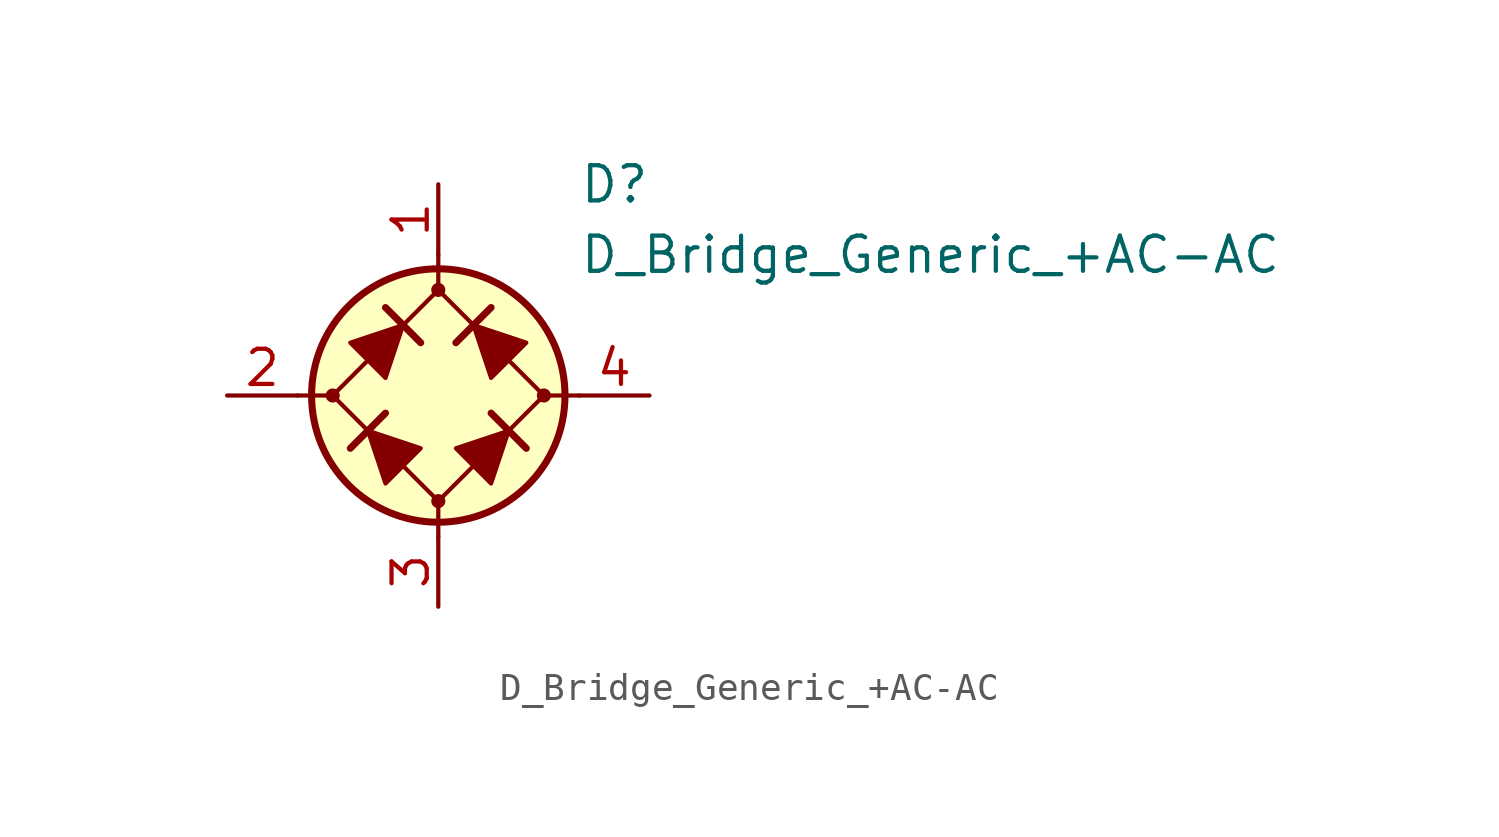
<source format=kicad_sym>
(kicad_symbol_lib
  (version 20211014)
  (generator kicad_symbol_editor)
  (symbol "D_Bridge_Generic_+AC-AC"
    (pin_names
      (offset 1.016) hide)
    (property "Reference" "D"
      (at 5.08 7.62 0)
      (effects (font (size 1.27 1.27)) (justify left)))
    (property "Value" "D_Bridge_Generic_+AC-AC"
      (at 5.08 5.08 0)
      (effects (font (size 1.27 1.27)) (justify left)))
    (symbol "D_Bridge_Generic_+AC-AC_0_1"
      (circle (center -3.81 0) (radius 0.178) (stroke (width 0) (type default) (color 0 0 0 0)) (fill (type outline)))
      (polyline (pts (xy -5.08 0) (xy -3.81 0)) (stroke (width 0) (type default) (color 0 0 0 0)) (fill (type none)))
      (polyline (pts (xy -1.905 -0.635) (xy -3.175 -1.905)) (stroke (width 0.254) (type default) (color 0 0 0 0)) (fill (type none)))
      (polyline (pts (xy -1.905 3.175) (xy -0.635 1.905)) (stroke (width 0.254) (type default) (color 0 0 0 0)) (fill (type none)))
      (polyline (pts (xy 0 -5.08) (xy 0 -3.81)) (stroke (width 0) (type default) (color 0 0 0 0)) (fill (type none)))
      (polyline (pts (xy 0 5.08) (xy 0 3.81)) (stroke (width 0) (type default) (color 0 0 0 0)) (fill (type none)))
      (polyline (pts (xy 1.905 3.175) (xy 0.635 1.905)) (stroke (width 0.254) (type default) (color 0 0 0 0)) (fill (type none)))
      (polyline (pts (xy 3.175 -1.905) (xy 1.905 -0.635)) (stroke (width 0.254) (type default) (color 0 0 0 0)) (fill (type none)))
      (polyline (pts (xy 5.08 0) (xy 3.81 0)) (stroke (width 0) (type default) (color 0 0 0 0)) (fill (type none)))
      (polyline (pts (xy -2.54 -1.27) (xy -1.905 -3.175) (xy -0.635 -1.905) (xy -2.54 -1.27)) (stroke (width 0) (type default) (color 0 0 0 0)) (fill (type outline)))
      (polyline (pts (xy -1.27 2.54) (xy -1.905 0.635) (xy -3.175 1.905) (xy -1.27 2.54)) (stroke (width 0) (type default) (color 0 0 0 0)) (fill (type outline)))
      (polyline (pts (xy 1.27 2.54) (xy 3.175 1.905) (xy 1.905 0.635) (xy 1.27 2.54)) (stroke (width 0) (type default) (color 0 0 0 0)) (fill (type outline)))
      (polyline (pts (xy 2.54 -1.27) (xy 0.635 -1.905) (xy 1.905 -3.175) (xy 2.54 -1.27)) (stroke (width 0) (type default) (color 0 0 0 0)) (fill (type outline)))
      (polyline (pts (xy 0 3.81) (xy -3.81 0) (xy 0 -3.81) (xy 3.81 0) (xy 0 3.81)) (stroke (width 0) (type default) (color 0 0 0 0)) (fill (type none)))
      (circle (center 0 0) (radius 4.572) (stroke (width 0.254) (type default) (color 0 0 0 0)) (fill (type background))))
    (symbol "D_Bridge_Generic_+AC-AC_1_1"
      (circle (center 0 -3.81) (radius 0.178) (stroke (width 0) (type default) (color 0 0 0 0)) (fill (type outline)))
      (circle (center 0 3.81) (radius 0.178) (stroke (width 0) (type default) (color 0 0 0 0)) (fill (type outline)))
      (circle (center 3.81 0) (radius 0.178) (stroke (width 0) (type default) (color 0 0 0 0)) (fill (type outline)))
      (pin passive line (at 0 7.62 270) (length 2.54) (name "+" (effects (font (size 1.27 1.27)))) (number "1" (effects (font (size 1.27 1.27)))))
      (pin passive line (at -7.62 0 0) (length 2.54) (name "1" (effects (font (size 1.27 1.27)))) (number "2" (effects (font (size 1.27 1.27)))))
      (pin passive line (at 0 -7.62 90) (length 2.54) (name "-" (effects (font (size 1.27 1.27)))) (number "3" (effects (font (size 1.27 1.27)))))
      (pin passive line (at 7.62 0 180) (length 2.54) (name "2" (effects (font (size 1.27 1.27)))) (number "4" (effects (font (size 1.27 1.27))))))))
</source>
